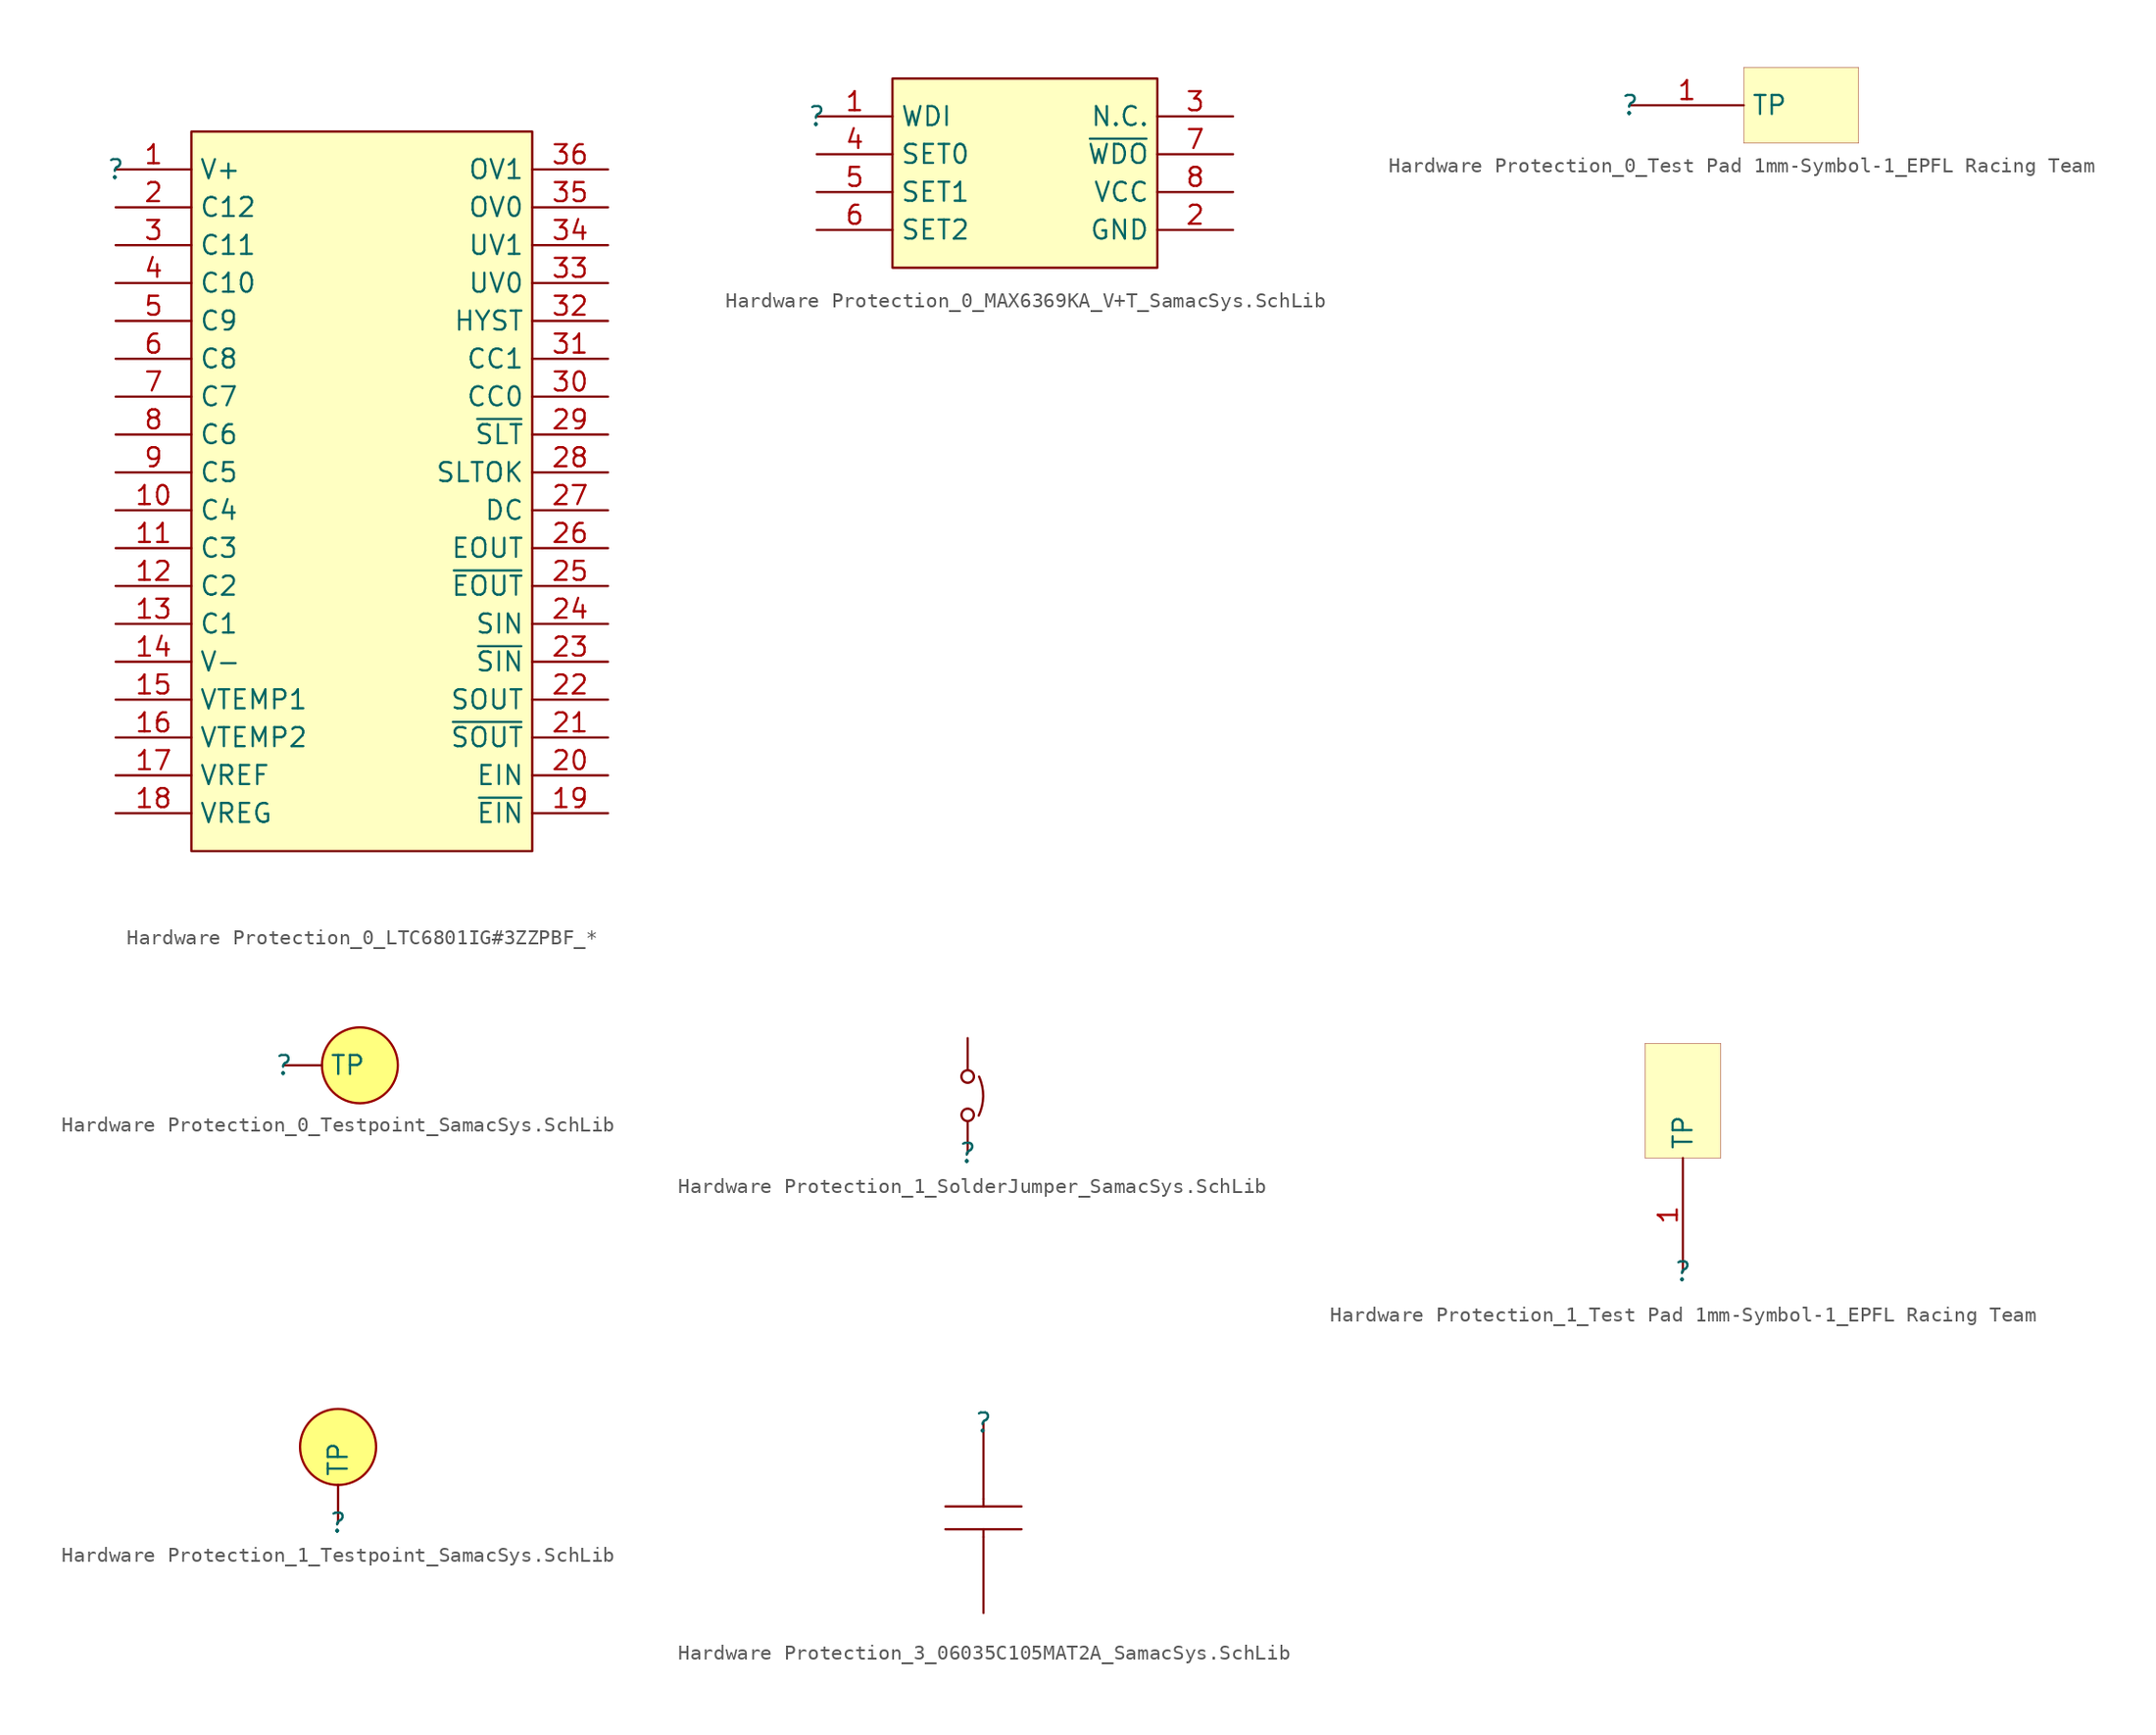
<source format=kicad_sym>
(kicad_symbol_lib
  (version 20241209)
  (generator "kicad_symbol_editor")
  (generator_version "9.0")
  (symbol "Hardware Protection_0_LTC6801IG#3ZZPBF_*"
    (property "Reference" ""
      (at 0 0 0)
      (effects (font (size 1.27 1.27))))
    (property "Value" ""
      (at 0 0 0)
      (effects (font (size 1.27 1.27))))
    (symbol "Hardware Protection_0_LTC6801IG#3ZZPBF_*_1_0"
      (rectangle (start 27.94 2.54) (end 5.08 -45.72) (stroke (width 0) (type solid) (color 128 0 0 1)) (fill (type background)))
      (pin passive line (at 0 0 0) (length 5.08) (name "V+" (effects (font (size 1.27 1.27)))) (number "1" (effects (font (size 1.27 1.27)))))
      (pin passive line (at 0 -2.54 0) (length 5.08) (name "C12" (effects (font (size 1.27 1.27)))) (number "2" (effects (font (size 1.27 1.27)))))
      (pin passive line (at 0 -5.08 0) (length 5.08) (name "C11" (effects (font (size 1.27 1.27)))) (number "3" (effects (font (size 1.27 1.27)))))
      (pin passive line (at 0 -7.62 0) (length 5.08) (name "C10" (effects (font (size 1.27 1.27)))) (number "4" (effects (font (size 1.27 1.27)))))
      (pin passive line (at 0 -10.16 0) (length 5.08) (name "C9" (effects (font (size 1.27 1.27)))) (number "5" (effects (font (size 1.27 1.27)))))
      (pin passive line (at 0 -12.7 0) (length 5.08) (name "C8" (effects (font (size 1.27 1.27)))) (number "6" (effects (font (size 1.27 1.27)))))
      (pin passive line (at 0 -15.24 0) (length 5.08) (name "C7" (effects (font (size 1.27 1.27)))) (number "7" (effects (font (size 1.27 1.27)))))
      (pin passive line (at 0 -17.78 0) (length 5.08) (name "C6" (effects (font (size 1.27 1.27)))) (number "8" (effects (font (size 1.27 1.27)))))
      (pin passive line (at 0 -20.32 0) (length 5.08) (name "C5" (effects (font (size 1.27 1.27)))) (number "9" (effects (font (size 1.27 1.27)))))
      (pin passive line (at 0 -22.86 0) (length 5.08) (name "C4" (effects (font (size 1.27 1.27)))) (number "10" (effects (font (size 1.27 1.27)))))
      (pin passive line (at 0 -25.4 0) (length 5.08) (name "C3" (effects (font (size 1.27 1.27)))) (number "11" (effects (font (size 1.27 1.27)))))
      (pin passive line (at 0 -27.94 0) (length 5.08) (name "C2" (effects (font (size 1.27 1.27)))) (number "12" (effects (font (size 1.27 1.27)))))
      (pin passive line (at 0 -30.48 0) (length 5.08) (name "C1" (effects (font (size 1.27 1.27)))) (number "13" (effects (font (size 1.27 1.27)))))
      (pin passive line (at 0 -33.02 0) (length 5.08) (name "V-" (effects (font (size 1.27 1.27)))) (number "14" (effects (font (size 1.27 1.27)))))
      (pin passive line (at 0 -35.56 0) (length 5.08) (name "VTEMP1" (effects (font (size 1.27 1.27)))) (number "15" (effects (font (size 1.27 1.27)))))
      (pin passive line (at 0 -38.1 0) (length 5.08) (name "VTEMP2" (effects (font (size 1.27 1.27)))) (number "16" (effects (font (size 1.27 1.27)))))
      (pin passive line (at 0 -40.64 0) (length 5.08) (name "VREF" (effects (font (size 1.27 1.27)))) (number "17" (effects (font (size 1.27 1.27)))))
      (pin passive line (at 0 -43.18 0) (length 5.08) (name "VREG" (effects (font (size 1.27 1.27)))) (number "18" (effects (font (size 1.27 1.27)))))
      (pin passive line (at 33.02 0 180) (length 5.08) (name "OV1" (effects (font (size 1.27 1.27)))) (number "36" (effects (font (size 1.27 1.27)))))
      (pin passive line (at 33.02 -2.54 180) (length 5.08) (name "OV0" (effects (font (size 1.27 1.27)))) (number "35" (effects (font (size 1.27 1.27)))))
      (pin passive line (at 33.02 -5.08 180) (length 5.08) (name "UV1" (effects (font (size 1.27 1.27)))) (number "34" (effects (font (size 1.27 1.27)))))
      (pin passive line (at 33.02 -7.62 180) (length 5.08) (name "UV0" (effects (font (size 1.27 1.27)))) (number "33" (effects (font (size 1.27 1.27)))))
      (pin passive line (at 33.02 -10.16 180) (length 5.08) (name "HYST" (effects (font (size 1.27 1.27)))) (number "32" (effects (font (size 1.27 1.27)))))
      (pin passive line (at 33.02 -12.7 180) (length 5.08) (name "CC1" (effects (font (size 1.27 1.27)))) (number "31" (effects (font (size 1.27 1.27)))))
      (pin passive line (at 33.02 -15.24 180) (length 5.08) (name "CC0" (effects (font (size 1.27 1.27)))) (number "30" (effects (font (size 1.27 1.27)))))
      (pin passive line (at 33.02 -17.78 180) (length 5.08) (name "~{SLT}" (effects (font (size 1.27 1.27)))) (number "29" (effects (font (size 1.27 1.27)))))
      (pin passive line (at 33.02 -20.32 180) (length 5.08) (name "SLTOK" (effects (font (size 1.27 1.27)))) (number "28" (effects (font (size 1.27 1.27)))))
      (pin passive line (at 33.02 -22.86 180) (length 5.08) (name "DC" (effects (font (size 1.27 1.27)))) (number "27" (effects (font (size 1.27 1.27)))))
      (pin passive line (at 33.02 -25.4 180) (length 5.08) (name "EOUT" (effects (font (size 1.27 1.27)))) (number "26" (effects (font (size 1.27 1.27)))))
      (pin passive line (at 33.02 -27.94 180) (length 5.08) (name "~{EOUT}" (effects (font (size 1.27 1.27)))) (number "25" (effects (font (size 1.27 1.27)))))
      (pin passive line (at 33.02 -30.48 180) (length 5.08) (name "SIN" (effects (font (size 1.27 1.27)))) (number "24" (effects (font (size 1.27 1.27)))))
      (pin passive line (at 33.02 -33.02 180) (length 5.08) (name "~{SIN}" (effects (font (size 1.27 1.27)))) (number "23" (effects (font (size 1.27 1.27)))))
      (pin passive line (at 33.02 -35.56 180) (length 5.08) (name "SOUT" (effects (font (size 1.27 1.27)))) (number "22" (effects (font (size 1.27 1.27)))))
      (pin passive line (at 33.02 -38.1 180) (length 5.08) (name "~{SOUT}" (effects (font (size 1.27 1.27)))) (number "21" (effects (font (size 1.27 1.27)))))
      (pin passive line (at 33.02 -40.64 180) (length 5.08) (name "EIN" (effects (font (size 1.27 1.27)))) (number "20" (effects (font (size 1.27 1.27)))))
      (pin passive line (at 33.02 -43.18 180) (length 5.08) (name "~{EIN}" (effects (font (size 1.27 1.27)))) (number "19" (effects (font (size 1.27 1.27)))))))
  (symbol "Hardware Protection_0_MAX6369KA_V+T_SamacSys.SchLib"
    (property "Reference" ""
      (at 0 0 0)
      (effects (font (size 1.27 1.27))))
    (property "Value" ""
      (at 0 0 0)
      (effects (font (size 1.27 1.27))))
    (symbol "Hardware Protection_0_MAX6369KA_V+T_SamacSys.SchLib_1_0"
      (rectangle (start 22.86 2.54) (end 5.08 -10.16) (stroke (width 0) (type solid) (color 128 0 0 1)) (fill (type background)))
      (pin passive line (at 0 0 0) (length 5.08) (name "WDI" (effects (font (size 1.27 1.27)))) (number "1" (effects (font (size 1.27 1.27)))))
      (pin passive line (at 0 -2.54 0) (length 5.08) (name "SET0" (effects (font (size 1.27 1.27)))) (number "4" (effects (font (size 1.27 1.27)))))
      (pin passive line (at 0 -5.08 0) (length 5.08) (name "SET1" (effects (font (size 1.27 1.27)))) (number "5" (effects (font (size 1.27 1.27)))))
      (pin passive line (at 0 -7.62 0) (length 5.08) (name "SET2" (effects (font (size 1.27 1.27)))) (number "6" (effects (font (size 1.27 1.27)))))
      (pin passive line (at 27.94 0 180) (length 5.08) (name "N.C." (effects (font (size 1.27 1.27)))) (number "3" (effects (font (size 1.27 1.27)))))
      (pin passive line (at 27.94 -2.54 180) (length 5.08) (name "~{WDO}" (effects (font (size 1.27 1.27)))) (number "7" (effects (font (size 1.27 1.27)))))
      (pin power_in line (at 27.94 -5.08 180) (length 5.08) (name "VCC" (effects (font (size 1.27 1.27)))) (number "8" (effects (font (size 1.27 1.27)))))
      (pin power_in line (at 27.94 -7.62 180) (length 5.08) (name "GND" (effects (font (size 1.27 1.27)))) (number "2" (effects (font (size 1.27 1.27)))))))
  (symbol "Hardware Protection_0_Test Pad 1mm-Symbol-1_EPFL Racing Team"
    (property "Reference" ""
      (at 0 0 0)
      (effects (font (size 1.27 1.27))))
    (property "Value" ""
      (at 0 0 0)
      (effects (font (size 1.27 1.27))))
    (symbol "Hardware Protection_0_Test Pad 1mm-Symbol-1_EPFL Racing Team_1_0"
      (rectangle (start 15.316 2.54) (end 7.62 -2.54) (stroke (width 0.025) (type solid) (color 128 0 0 1)) (fill (type background)))
      (pin passive line (at 0 0 0) (length 7.62) (name "TP" (effects (font (size 1.27 1.27)))) (number "1" (effects (font (size 1.27 1.27)))))))
  (symbol "Hardware Protection_0_Testpoint_SamacSys.SchLib"
    (pin_numbers
      (hide yes))
    (property "Reference" ""
      (at 0 0 0)
      (effects (font (size 1.27 1.27))))
    (property "Value" ""
      (at 0 0 0)
      (effects (font (size 1.27 1.27))))
    (symbol "Hardware Protection_0_Testpoint_SamacSys.SchLib_1_0"
      (circle (center 5.08 0) (radius 2.54) (stroke (width 0) (type solid) (color 152 0 0 1)) (fill (type color) (color 255 255 0 0.5)))
      (pin passive line (at 0 0 0) (length 2.54) (name "TP" (effects (font (size 1.27 1.27)))) (number "1" (effects (font (size 1.27 1.27)))))))
  (symbol "Hardware Protection_1_SolderJumper_SamacSys.SchLib"
    (pin_numbers
      (hide yes))
    (pin_names
      (hide yes))
    (property "Reference" ""
      (at 0 0 0)
      (effects (font (size 1.27 1.27))))
    (property "Value" ""
      (at 0 0 0)
      (effects (font (size 1.27 1.27))))
    (symbol "Hardware Protection_1_SolderJumper_SamacSys.SchLib_1_0"
      (arc (start 0.7544 5.0724) (mid 1.0269 3.7782) (end 0.7275 2.49) (stroke (width 0) (type solid)) (fill (type none)))
      (circle (center 0 5.08) (radius 0.416) (stroke (width 0) (type solid)) (fill (type none)))
      (circle (center 0 2.54) (radius 0.411) (stroke (width 0) (type solid)) (fill (type none)))
      (pin passive line (at 0 7.62 270) (length 2.032) (name "2" (effects (font (size 1.27 1.27)))) (number "2" (effects (font (size 1.27 1.27)))))
      (pin passive line (at 0 0 90) (length 2.032) (name "1" (effects (font (size 1.27 1.27)))) (number "1" (effects (font (size 1.27 1.27)))))))
  (symbol "Hardware Protection_1_Test Pad 1mm-Symbol-1_EPFL Racing Team"
    (property "Reference" ""
      (at 0 0 0)
      (effects (font (size 1.27 1.27))))
    (property "Value" ""
      (at 0 0 0)
      (effects (font (size 1.27 1.27))))
    (symbol "Hardware Protection_1_Test Pad 1mm-Symbol-1_EPFL Racing Team_1_0"
      (rectangle (start 2.54 15.316) (end -2.54 7.62) (stroke (width 0.025) (type solid) (color 128 0 0 1)) (fill (type background)))
      (pin passive line (at 0 0 90) (length 7.62) (name "TP" (effects (font (size 1.27 1.27)))) (number "1" (effects (font (size 1.27 1.27)))))))
  (symbol "Hardware Protection_1_Testpoint_SamacSys.SchLib"
    (pin_numbers
      (hide yes))
    (property "Reference" ""
      (at 0 0 0)
      (effects (font (size 1.27 1.27))))
    (property "Value" ""
      (at 0 0 0)
      (effects (font (size 1.27 1.27))))
    (symbol "Hardware Protection_1_Testpoint_SamacSys.SchLib_1_0"
      (circle (center 0 5.08) (radius 2.54) (stroke (width 0) (type solid) (color 152 0 0 1)) (fill (type color) (color 255 255 0 0.5)))
      (pin passive line (at 0 0 90) (length 2.54) (name "TP" (effects (font (size 1.27 1.27)))) (number "1" (effects (font (size 1.27 1.27)))))))
  (symbol "Hardware Protection_3_06035C105MAT2A_SamacSys.SchLib"
    (pin_numbers
      (hide yes))
    (pin_names
      (hide yes))
    (property "Reference" ""
      (at 0 0 0)
      (effects (font (size 1.27 1.27))))
    (property "Value" ""
      (at 0 0 0)
      (effects (font (size 1.27 1.27))))
    (symbol "Hardware Protection_3_06035C105MAT2A_SamacSys.SchLib_1_0"
      (polyline (pts (xy 0 -5.08) (xy 0 -5.588)) (stroke (width 0) (type solid)) (fill (type none)))
      (polyline (pts (xy 0 -7.112) (xy 0 -7.62)) (stroke (width 0) (type solid)) (fill (type none)))
      (polyline (pts (xy 2.54 -5.588) (xy -2.54 -5.588)) (stroke (width 0) (type solid)) (fill (type none)))
      (polyline (pts (xy 2.54 -7.112) (xy -2.54 -7.112)) (stroke (width 0) (type solid)) (fill (type none)))
      (pin passive line (at 0 0 270) (length 5.08) (name "1" (effects (font (size 1.27 1.27)))) (number "1" (effects (font (size 1.27 1.27)))))
      (pin passive line (at 0 -12.7 90) (length 5.08) (name "2" (effects (font (size 1.27 1.27)))) (number "2" (effects (font (size 1.27 1.27))))))))
</source>
